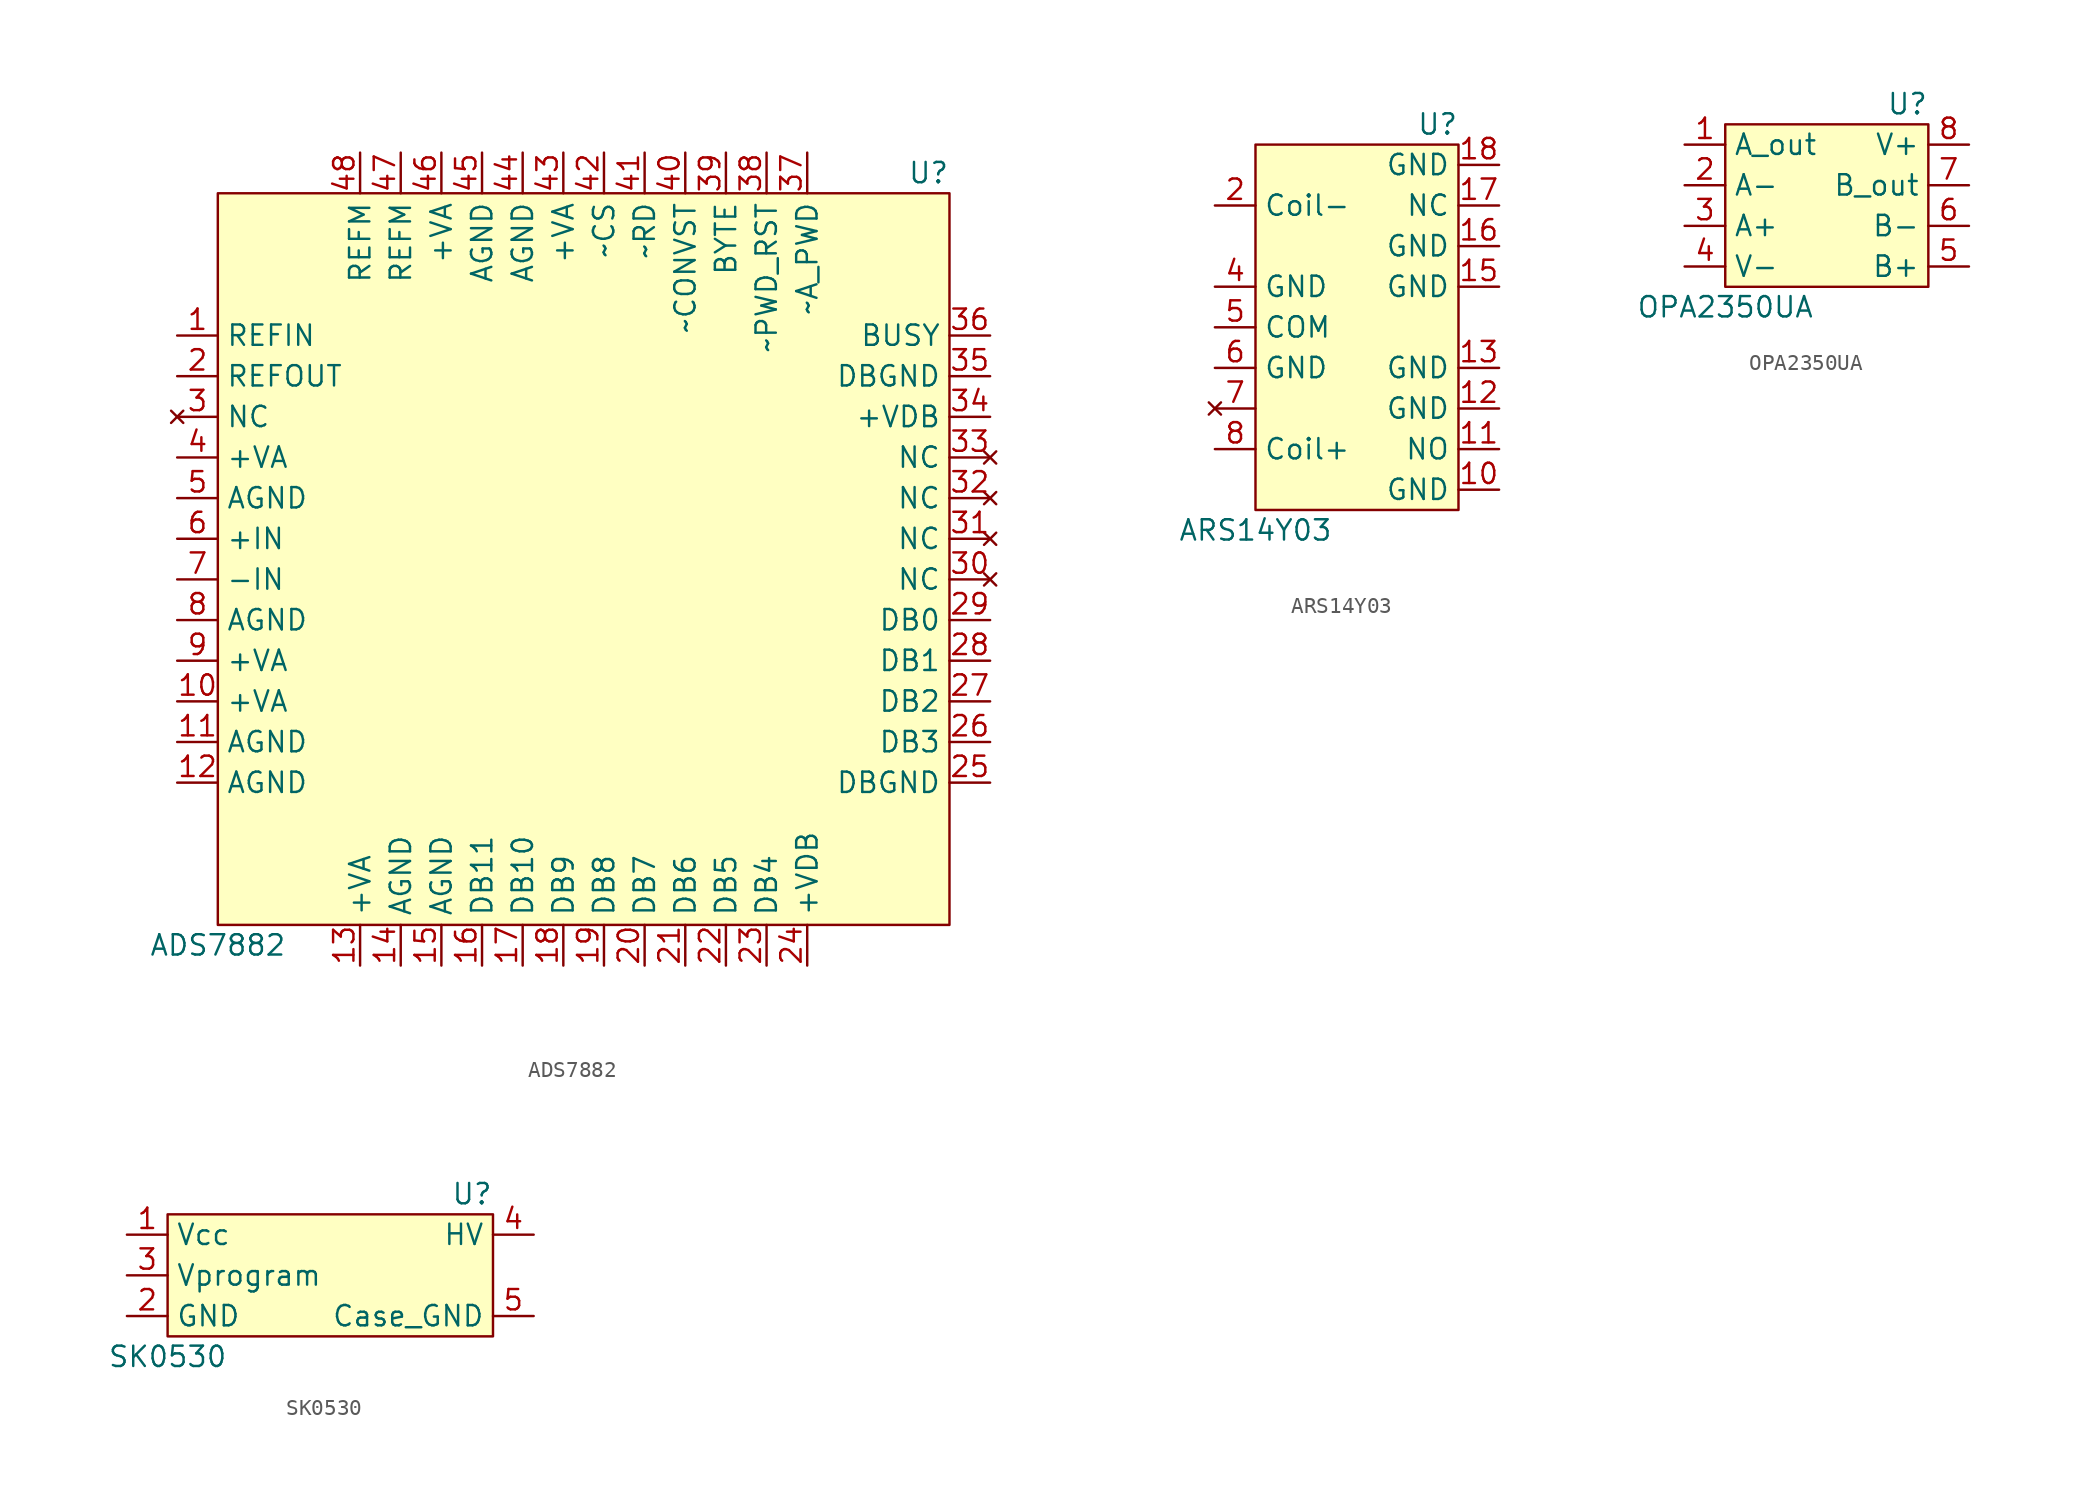
<source format=kicad_sym>
(kicad_symbol_lib
  (version 20220914)
  (generator kicad_symbol_editor)
  (symbol "ADS7882"
    (property "Reference" "U"
      (at 22.86 24.13 0)
      (effects (font (size 1.27 1.27)) (justify right)))
    (property "Value" "ADS7882"
      (at -22.86 -24.13 0)
      (effects (font (size 1.27 1.27))))
    (symbol "ADS7882_0_1"
      (rectangle (start -22.86 22.86) (end 22.86 -22.86) (stroke (width 0) (type default)) (fill (type background))))
    (symbol "ADS7882_1_1"
      (pin power_in line (at -25.4 13.97 0) (length 2.54) (name "REFIN" (effects (font (size 1.27 1.27)))) (number "1" (effects (font (size 1.27 1.27)))))
      (pin power_in line (at -25.4 -8.89 0) (length 2.54) (name "+VA" (effects (font (size 1.27 1.27)))) (number "10" (effects (font (size 1.27 1.27)))))
      (pin power_in line (at -25.4 -11.43 0) (length 2.54) (name "AGND" (effects (font (size 1.27 1.27)))) (number "11" (effects (font (size 1.27 1.27)))))
      (pin power_in line (at -25.4 -13.97 0) (length 2.54) (name "AGND" (effects (font (size 1.27 1.27)))) (number "12" (effects (font (size 1.27 1.27)))))
      (pin power_in line (at -13.97 -25.4 90) (length 2.54) (name "+VA" (effects (font (size 1.27 1.27)))) (number "13" (effects (font (size 1.27 1.27)))))
      (pin power_in line (at -11.43 -25.4 90) (length 2.54) (name "AGND" (effects (font (size 1.27 1.27)))) (number "14" (effects (font (size 1.27 1.27)))))
      (pin power_in line (at -8.89 -25.4 90) (length 2.54) (name "AGND" (effects (font (size 1.27 1.27)))) (number "15" (effects (font (size 1.27 1.27)))))
      (pin output line (at -6.35 -25.4 90) (length 2.54) (name "DB11" (effects (font (size 1.27 1.27)))) (number "16" (effects (font (size 1.27 1.27)))))
      (pin output line (at -3.81 -25.4 90) (length 2.54) (name "DB10" (effects (font (size 1.27 1.27)))) (number "17" (effects (font (size 1.27 1.27)))))
      (pin output line (at -1.27 -25.4 90) (length 2.54) (name "DB9" (effects (font (size 1.27 1.27)))) (number "18" (effects (font (size 1.27 1.27)))))
      (pin output line (at 1.27 -25.4 90) (length 2.54) (name "DB8" (effects (font (size 1.27 1.27)))) (number "19" (effects (font (size 1.27 1.27)))))
      (pin power_out line (at -25.4 11.43 0) (length 2.54) (name "REFOUT" (effects (font (size 1.27 1.27)))) (number "2" (effects (font (size 1.27 1.27)))))
      (pin output line (at 3.81 -25.4 90) (length 2.54) (name "DB7" (effects (font (size 1.27 1.27)))) (number "20" (effects (font (size 1.27 1.27)))))
      (pin output line (at 6.35 -25.4 90) (length 2.54) (name "DB6" (effects (font (size 1.27 1.27)))) (number "21" (effects (font (size 1.27 1.27)))))
      (pin output line (at 8.89 -25.4 90) (length 2.54) (name "DB5" (effects (font (size 1.27 1.27)))) (number "22" (effects (font (size 1.27 1.27)))))
      (pin output line (at 11.43 -25.4 90) (length 2.54) (name "DB4" (effects (font (size 1.27 1.27)))) (number "23" (effects (font (size 1.27 1.27)))))
      (pin power_in line (at 13.97 -25.4 90) (length 2.54) (name "+VDB" (effects (font (size 1.27 1.27)))) (number "24" (effects (font (size 1.27 1.27)))))
      (pin power_in line (at 25.4 -13.97 180) (length 2.54) (name "DBGND" (effects (font (size 1.27 1.27)))) (number "25" (effects (font (size 1.27 1.27)))))
      (pin output line (at 25.4 -11.43 180) (length 2.54) (name "DB3" (effects (font (size 1.27 1.27)))) (number "26" (effects (font (size 1.27 1.27)))))
      (pin output line (at 25.4 -8.89 180) (length 2.54) (name "DB2" (effects (font (size 1.27 1.27)))) (number "27" (effects (font (size 1.27 1.27)))))
      (pin output line (at 25.4 -6.35 180) (length 2.54) (name "DB1" (effects (font (size 1.27 1.27)))) (number "28" (effects (font (size 1.27 1.27)))))
      (pin output line (at 25.4 -3.81 180) (length 2.54) (name "DB0" (effects (font (size 1.27 1.27)))) (number "29" (effects (font (size 1.27 1.27)))))
      (pin no_connect line (at -25.4 8.89 0) (length 2.54) (name "NC" (effects (font (size 1.27 1.27)))) (number "3" (effects (font (size 1.27 1.27)))))
      (pin no_connect line (at 25.4 -1.27 180) (length 2.54) (name "NC" (effects (font (size 1.27 1.27)))) (number "30" (effects (font (size 1.27 1.27)))))
      (pin no_connect line (at 25.4 1.27 180) (length 2.54) (name "NC" (effects (font (size 1.27 1.27)))) (number "31" (effects (font (size 1.27 1.27)))))
      (pin no_connect line (at 25.4 3.81 180) (length 2.54) (name "NC" (effects (font (size 1.27 1.27)))) (number "32" (effects (font (size 1.27 1.27)))))
      (pin no_connect line (at 25.4 6.35 180) (length 2.54) (name "NC" (effects (font (size 1.27 1.27)))) (number "33" (effects (font (size 1.27 1.27)))))
      (pin power_in line (at 25.4 8.89 180) (length 2.54) (name "+VDB" (effects (font (size 1.27 1.27)))) (number "34" (effects (font (size 1.27 1.27)))))
      (pin power_in line (at 25.4 11.43 180) (length 2.54) (name "DBGND" (effects (font (size 1.27 1.27)))) (number "35" (effects (font (size 1.27 1.27)))))
      (pin output line (at 25.4 13.97 180) (length 2.54) (name "BUSY" (effects (font (size 1.27 1.27)))) (number "36" (effects (font (size 1.27 1.27)))))
      (pin input line (at 13.97 25.4 270) (length 2.54) (name "~A_PWD" (effects (font (size 1.27 1.27)))) (number "37" (effects (font (size 1.27 1.27)))))
      (pin input line (at 11.43 25.4 270) (length 2.54) (name "~PWD_RST" (effects (font (size 1.27 1.27)))) (number "38" (effects (font (size 1.27 1.27)))))
      (pin input line (at 8.89 25.4 270) (length 2.54) (name "BYTE" (effects (font (size 1.27 1.27)))) (number "39" (effects (font (size 1.27 1.27)))))
      (pin power_in line (at -25.4 6.35 0) (length 2.54) (name "+VA" (effects (font (size 1.27 1.27)))) (number "4" (effects (font (size 1.27 1.27)))))
      (pin input line (at 6.35 25.4 270) (length 2.54) (name "~CONVST" (effects (font (size 1.27 1.27)))) (number "40" (effects (font (size 1.27 1.27)))))
      (pin input line (at 3.81 25.4 270) (length 2.54) (name "~RD" (effects (font (size 1.27 1.27)))) (number "41" (effects (font (size 1.27 1.27)))))
      (pin input line (at 1.27 25.4 270) (length 2.54) (name "~CS" (effects (font (size 1.27 1.27)))) (number "42" (effects (font (size 1.27 1.27)))))
      (pin power_in line (at -1.27 25.4 270) (length 2.54) (name "+VA" (effects (font (size 1.27 1.27)))) (number "43" (effects (font (size 1.27 1.27)))))
      (pin power_in line (at -3.81 25.4 270) (length 2.54) (name "AGND" (effects (font (size 1.27 1.27)))) (number "44" (effects (font (size 1.27 1.27)))))
      (pin power_in line (at -6.35 25.4 270) (length 2.54) (name "AGND" (effects (font (size 1.27 1.27)))) (number "45" (effects (font (size 1.27 1.27)))))
      (pin power_in line (at -8.89 25.4 270) (length 2.54) (name "+VA" (effects (font (size 1.27 1.27)))) (number "46" (effects (font (size 1.27 1.27)))))
      (pin power_in line (at -11.43 25.4 270) (length 2.54) (name "REFM" (effects (font (size 1.27 1.27)))) (number "47" (effects (font (size 1.27 1.27)))))
      (pin power_in line (at -13.97 25.4 270) (length 2.54) (name "REFM" (effects (font (size 1.27 1.27)))) (number "48" (effects (font (size 1.27 1.27)))))
      (pin power_in line (at -25.4 3.81 0) (length 2.54) (name "AGND" (effects (font (size 1.27 1.27)))) (number "5" (effects (font (size 1.27 1.27)))))
      (pin input line (at -25.4 1.27 0) (length 2.54) (name "+IN" (effects (font (size 1.27 1.27)))) (number "6" (effects (font (size 1.27 1.27)))))
      (pin input line (at -25.4 -1.27 0) (length 2.54) (name "-IN" (effects (font (size 1.27 1.27)))) (number "7" (effects (font (size 1.27 1.27)))))
      (pin power_in line (at -25.4 -3.81 0) (length 2.54) (name "AGND" (effects (font (size 1.27 1.27)))) (number "8" (effects (font (size 1.27 1.27)))))
      (pin power_in line (at -25.4 -6.35 0) (length 2.54) (name "+VA" (effects (font (size 1.27 1.27)))) (number "9" (effects (font (size 1.27 1.27)))))))
  (symbol "ARS14Y03"
    (property "Reference" "U"
      (at 6.35 12.7 0)
      (effects (font (size 1.27 1.27)) (justify right)))
    (property "Value" "ARS14Y03"
      (at -6.35 -12.7 0)
      (effects (font (size 1.27 1.27))))
    (symbol "ARS14Y03_0_1"
      (rectangle (start -6.35 11.43) (end 6.35 -11.43) (stroke (width 0) (type default)) (fill (type background))))
    (symbol "ARS14Y03_1_1"
      (pin power_in line (at 8.89 -10.16 180) (length 2.54) (name "GND" (effects (font (size 1.27 1.27)))) (number "10" (effects (font (size 1.27 1.27)))))
      (pin input line (at 8.89 -7.62 180) (length 2.54) (name "NO" (effects (font (size 1.27 1.27)))) (number "11" (effects (font (size 1.27 1.27)))))
      (pin power_in line (at 8.89 -5.08 180) (length 2.54) (name "GND" (effects (font (size 1.27 1.27)))) (number "12" (effects (font (size 1.27 1.27)))))
      (pin power_in line (at 8.89 -2.54 180) (length 2.54) (name "GND" (effects (font (size 1.27 1.27)))) (number "13" (effects (font (size 1.27 1.27)))))
      (pin power_in line (at 8.89 2.54 180) (length 2.54) (name "GND" (effects (font (size 1.27 1.27)))) (number "15" (effects (font (size 1.27 1.27)))))
      (pin power_in line (at 8.89 5.08 180) (length 2.54) (name "GND" (effects (font (size 1.27 1.27)))) (number "16" (effects (font (size 1.27 1.27)))))
      (pin input line (at 8.89 7.62 180) (length 2.54) (name "NC" (effects (font (size 1.27 1.27)))) (number "17" (effects (font (size 1.27 1.27)))))
      (pin power_in line (at 8.89 10.16 180) (length 2.54) (name "GND" (effects (font (size 1.27 1.27)))) (number "18" (effects (font (size 1.27 1.27)))))
      (pin input line (at -8.89 7.62 0) (length 2.54) (name "Coil-" (effects (font (size 1.27 1.27)))) (number "2" (effects (font (size 1.27 1.27)))))
      (pin power_in line (at -8.89 2.54 0) (length 2.54) (name "GND" (effects (font (size 1.27 1.27)))) (number "4" (effects (font (size 1.27 1.27)))))
      (pin input line (at -8.89 0 0) (length 2.54) (name "COM" (effects (font (size 1.27 1.27)))) (number "5" (effects (font (size 1.27 1.27)))))
      (pin power_in line (at -8.89 -2.54 0) (length 2.54) (name "GND" (effects (font (size 1.27 1.27)))) (number "6" (effects (font (size 1.27 1.27)))))
      (pin no_connect line (at -8.89 -5.08 0) (length 2.54) (name "" (effects (font (size 1.27 1.27)))) (number "7" (effects (font (size 1.27 1.27)))))
      (pin input line (at -8.89 -7.62 0) (length 2.54) (name "Coil+" (effects (font (size 1.27 1.27)))) (number "8" (effects (font (size 1.27 1.27)))))))
  (symbol "OPA2350UA"
    (property "Reference" "U"
      (at 6.35 6.35 0)
      (do_not_autoplace)
      (effects (font (size 1.27 1.27)) (justify right)))
    (property "Value" "OPA2350UA"
      (at -6.35 -6.35 0)
      (do_not_autoplace)
      (effects (font (size 1.27 1.27))))
    (symbol "OPA2350UA_0_1"
      (rectangle (start -6.35 5.08) (end 6.35 -5.08) (stroke (width 0) (type default)) (fill (type background))))
    (symbol "OPA2350UA_1_1"
      (pin output line (at -8.89 3.81 0) (length 2.54) (name "A_out" (effects (font (size 1.27 1.27)))) (number "1" (effects (font (size 1.27 1.27)))))
      (pin input line (at -8.89 1.27 0) (length 2.54) (name "A-" (effects (font (size 1.27 1.27)))) (number "2" (effects (font (size 1.27 1.27)))))
      (pin input line (at -8.89 -1.27 0) (length 2.54) (name "A+" (effects (font (size 1.27 1.27)))) (number "3" (effects (font (size 1.27 1.27)))))
      (pin power_in line (at -8.89 -3.81 0) (length 2.54) (name "V-" (effects (font (size 1.27 1.27)))) (number "4" (effects (font (size 1.27 1.27)))))
      (pin input line (at 8.89 -3.81 180) (length 2.54) (name "B+" (effects (font (size 1.27 1.27)))) (number "5" (effects (font (size 1.27 1.27)))))
      (pin input line (at 8.89 -1.27 180) (length 2.54) (name "B-" (effects (font (size 1.27 1.27)))) (number "6" (effects (font (size 1.27 1.27)))))
      (pin output line (at 8.89 1.27 180) (length 2.54) (name "B_out" (effects (font (size 1.27 1.27)))) (number "7" (effects (font (size 1.27 1.27)))))
      (pin power_in line (at 8.89 3.81 180) (length 2.54) (name "V+" (effects (font (size 1.27 1.27)))) (number "8" (effects (font (size 1.27 1.27)))))))
  (symbol "SK0530"
    (property "Reference" "U"
      (at 10.16 5.08 0)
      (effects (font (size 1.27 1.27)) (justify right)))
    (property "Value" "SK0530"
      (at -10.16 -5.08 0)
      (effects (font (size 1.27 1.27))))
    (symbol "SK0530_0_1"
      (rectangle (start -10.16 3.81) (end 10.16 -3.81) (stroke (width 0) (type default)) (fill (type background))))
    (symbol "SK0530_1_1"
      (pin power_in line (at -12.7 2.54 0) (length 2.54) (name "Vcc" (effects (font (size 1.27 1.27)))) (number "1" (effects (font (size 1.27 1.27)))))
      (pin power_in line (at -12.7 -2.54 0) (length 2.54) (name "GND" (effects (font (size 1.27 1.27)))) (number "2" (effects (font (size 1.27 1.27)))))
      (pin input line (at -12.7 0 0) (length 2.54) (name "Vprogram" (effects (font (size 1.27 1.27)))) (number "3" (effects (font (size 1.27 1.27)))))
      (pin power_out line (at 12.7 2.54 180) (length 2.54) (name "HV" (effects (font (size 1.27 1.27)))) (number "4" (effects (font (size 1.27 1.27)))))
      (pin power_in line (at 12.7 -2.54 180) (length 2.54) (name "Case_GND" (effects (font (size 1.27 1.27)))) (number "5" (effects (font (size 1.27 1.27))))))))
</source>
